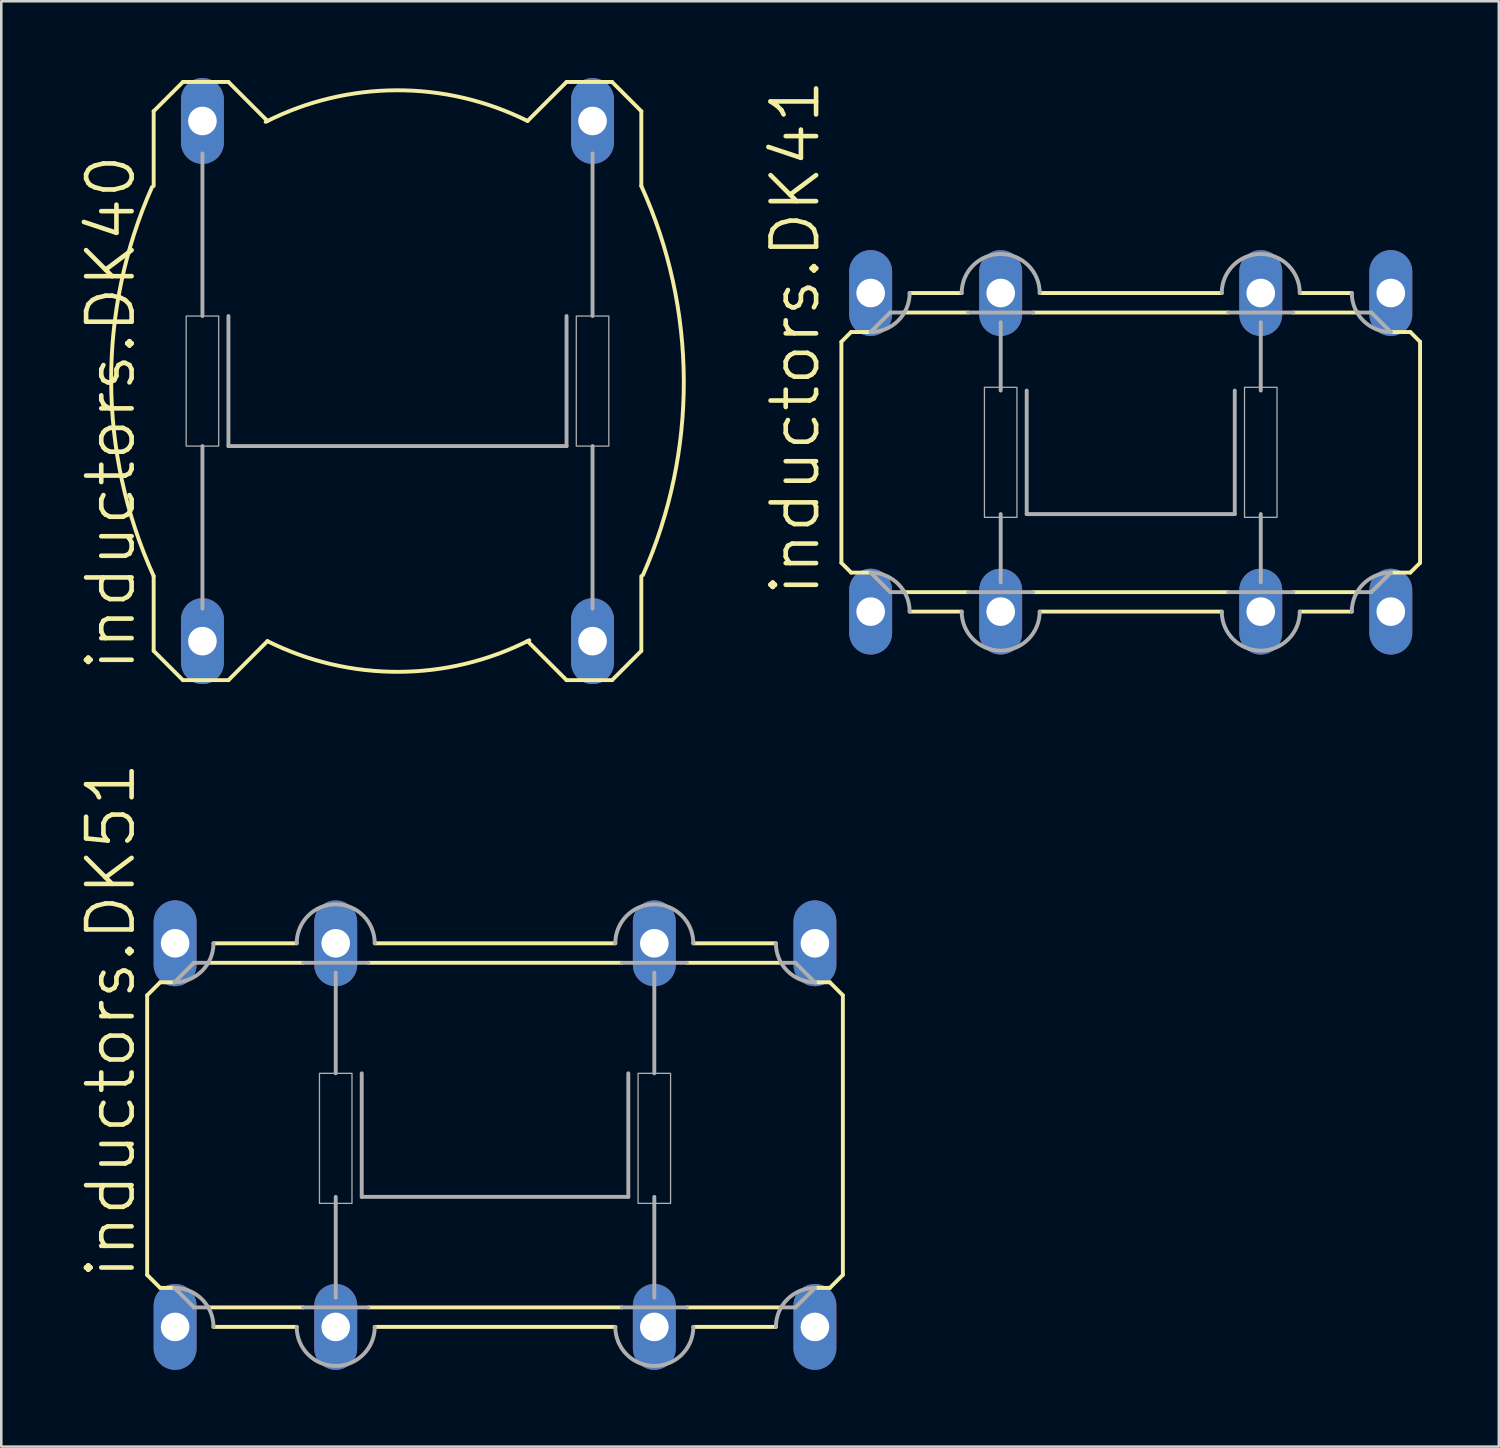
<source format=kicad_pcb>
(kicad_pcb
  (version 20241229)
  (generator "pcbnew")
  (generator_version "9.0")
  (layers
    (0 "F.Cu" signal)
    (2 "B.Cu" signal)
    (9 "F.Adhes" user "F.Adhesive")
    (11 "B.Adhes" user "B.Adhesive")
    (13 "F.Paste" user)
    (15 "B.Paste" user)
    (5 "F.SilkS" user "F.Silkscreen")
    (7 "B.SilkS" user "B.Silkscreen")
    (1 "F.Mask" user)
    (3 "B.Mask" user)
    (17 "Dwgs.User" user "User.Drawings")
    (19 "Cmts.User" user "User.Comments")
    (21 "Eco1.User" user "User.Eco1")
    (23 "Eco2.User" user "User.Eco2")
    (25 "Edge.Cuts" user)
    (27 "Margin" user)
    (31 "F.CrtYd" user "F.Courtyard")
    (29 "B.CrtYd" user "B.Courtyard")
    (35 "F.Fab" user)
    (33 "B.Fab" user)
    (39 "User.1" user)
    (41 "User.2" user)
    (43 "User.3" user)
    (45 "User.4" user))
  (footprint "inductors.DK40"
    (layer "F.Cu")
    (at 12.478 11.836)
    (property "Reference" "inductors.DK40" (at -10.16 11.43 90) (layer "F.SilkS") (effects (font (size 1.778 1.778) (thickness 0.18)) (justify left bottom)))
    (attr through_hole)
    (fp_line (start -9.525 -10.541) (end -9.525 -7.62) (stroke (width 0.152) (type default)) (layer "F.SilkS"))
    (fp_line (start -9.525 -10.541) (end -8.382 -11.684) (stroke (width 0.152) (type default)) (layer "F.SilkS"))
    (fp_line (start -9.525 7.62) (end -9.525 10.541) (stroke (width 0.152) (type default)) (layer "F.SilkS"))
    (fp_line (start -8.382 11.684) (end -9.525 10.541) (stroke (width 0.152) (type default)) (layer "F.SilkS"))
    (fp_line (start -6.604 -11.684) (end -8.382 -11.684) (stroke (width 0.152) (type default)) (layer "F.SilkS"))
    (fp_line (start -6.604 11.684) (end -8.382 11.684) (stroke (width 0.152) (type default)) (layer "F.SilkS"))
    (fp_line (start -5.08 -10.16) (end -6.604 -11.684) (stroke (width 0.152) (type default)) (layer "F.SilkS"))
    (fp_line (start -5.08 10.16) (end -6.604 11.684) (stroke (width 0.152) (type default)) (layer "F.SilkS"))
    (fp_line (start 5.08 10.16) (end 6.604 11.684) (stroke (width 0.152) (type default)) (layer "F.SilkS"))
    (fp_line (start 6.604 -11.684) (end 5.08 -10.16) (stroke (width 0.152) (type default)) (layer "F.SilkS"))
    (fp_line (start 6.604 -11.684) (end 8.382 -11.684) (stroke (width 0.152) (type default)) (layer "F.SilkS"))
    (fp_line (start 8.382 11.684) (end 6.604 11.684) (stroke (width 0.152) (type default)) (layer "F.SilkS"))
    (fp_line (start 9.525 -10.541) (end 8.382 -11.684) (stroke (width 0.152) (type default)) (layer "F.SilkS"))
    (fp_line (start 9.525 -10.541) (end 9.525 -7.62) (stroke (width 0.152) (type default)) (layer "F.SilkS"))
    (fp_line (start 9.525 7.62) (end 9.525 10.541) (stroke (width 0.152) (type default)) (layer "F.SilkS"))
    (fp_line (start 9.525 10.541) (end 8.382 11.684) (stroke (width 0.152) (type default)) (layer "F.SilkS"))
    (fp_arc (start -9.525 7.62) (mid -11.185032 0.028179) (end -9.5897 -7.5775) (stroke (width 0.1524) (type default)) (layer "F.SilkS"))
    (fp_arc (start -5.1485 -10.1254) (mid -0.038365 -11.359134) (end 5.08 -10.16) (stroke (width 0.1524) (type default)) (layer "F.SilkS"))
    (fp_arc (start 5.1485 10.1254) (mid 0.038365 11.359134) (end -5.08 10.16) (stroke (width 0.1524) (type default)) (layer "F.SilkS"))
    (fp_arc (start 9.525 -7.62) (mid 11.185032 -0.028179) (end 9.5897 7.5775) (stroke (width 0.1524) (type default)) (layer "F.SilkS"))
    (fp_line (start -7.62 -8.89) (end -7.62 -2.54) (stroke (width 0.152) (type default)) (layer "F.Fab"))
    (fp_line (start -7.62 2.54) (end -7.62 8.89) (stroke (width 0.152) (type default)) (layer "F.Fab"))
    (fp_line (start -6.604 2.54) (end -6.604 -2.54) (stroke (width 0.152) (type default)) (layer "F.Fab"))
    (fp_line (start -6.604 2.54) (end 6.604 2.54) (stroke (width 0.152) (type default)) (layer "F.Fab"))
    (fp_line (start 6.604 2.54) (end 6.604 -2.54) (stroke (width 0.152) (type default)) (layer "F.Fab"))
    (fp_line (start 7.62 -8.89) (end 7.62 -2.54) (stroke (width 0.152) (type default)) (layer "F.Fab"))
    (fp_line (start 7.62 2.54) (end 7.62 8.89) (stroke (width 0.152) (type default)) (layer "F.Fab"))
    (fp_rect (start -8.255 2.54) (end -6.985 -2.54) (stroke (width 0.05) (type default)) (fill no) (layer "F.Fab"))
    (fp_rect (start 6.985 2.54) (end 8.255 -2.54) (stroke (width 0.05) (type default)) (fill no) (layer "F.Fab"))
    (pad "1" thru_hole oval (at -7.62 10.16 90) (size 3.353 1.676) (drill 1.118) (layers "*.Cu" "*.Mask"))
    (pad "2" thru_hole oval (at -7.62 -10.16 90) (size 3.353 1.676) (drill 1.118) (layers "*.Cu" "*.Mask"))
    (pad "3" thru_hole oval (at 7.62 10.16 90) (size 3.353 1.676) (drill 1.118) (layers "*.Cu" "*.Mask"))
    (pad "4" thru_hole oval (at 7.62 -10.16 90) (size 3.353 1.676) (drill 1.118) (layers "*.Cu" "*.Mask")))
  (footprint "inductors.DK51"
    (layer "F.Cu")
    (at 16.288 41.293)
    (property "Reference" "inductors.DK51" (at -13.97 5.715 90) (layer "F.SilkS") (effects (font (size 1.778 1.778) (thickness 0.18)) (justify left bottom)))
    (attr through_hole)
    (fp_line (start -13.589 -5.461) (end -13.589 5.461) (stroke (width 0.152) (type default)) (layer "F.SilkS"))
    (fp_line (start -13.081 -5.969) (end -13.589 -5.461) (stroke (width 0.152) (type default)) (layer "F.SilkS"))
    (fp_line (start -13.081 -5.969) (end -12.522 -5.969) (stroke (width 0.152) (type default)) (layer "F.SilkS"))
    (fp_line (start -13.081 5.969) (end -13.589 5.461) (stroke (width 0.152) (type default)) (layer "F.SilkS"))
    (fp_line (start -13.081 5.969) (end -12.522 5.969) (stroke (width 0.152) (type default)) (layer "F.SilkS"))
    (fp_line (start -11.176 -6.731) (end -7.493 -6.731) (stroke (width 0.152) (type default)) (layer "F.SilkS"))
    (fp_line (start -11.176 6.731) (end -7.493 6.731) (stroke (width 0.152) (type default)) (layer "F.SilkS"))
    (fp_line (start -7.747 -7.493) (end -10.998 -7.493) (stroke (width 0.152) (type default)) (layer "F.SilkS"))
    (fp_line (start -7.747 7.493) (end -10.998 7.493) (stroke (width 0.152) (type default)) (layer "F.SilkS"))
    (fp_line (start 4.699 -7.493) (end -4.699 -7.493) (stroke (width 0.152) (type default)) (layer "F.SilkS"))
    (fp_line (start 4.699 7.493) (end -4.699 7.493) (stroke (width 0.152) (type default)) (layer "F.SilkS"))
    (fp_line (start 4.953 -6.731) (end -4.953 -6.731) (stroke (width 0.152) (type default)) (layer "F.SilkS"))
    (fp_line (start 4.953 6.731) (end -4.953 6.731) (stroke (width 0.152) (type default)) (layer "F.SilkS"))
    (fp_line (start 10.973 -7.493) (end 7.747 -7.493) (stroke (width 0.152) (type default)) (layer "F.SilkS"))
    (fp_line (start 10.973 7.493) (end 7.747 7.493) (stroke (width 0.152) (type default)) (layer "F.SilkS"))
    (fp_line (start 11.176 -6.731) (end 7.493 -6.731) (stroke (width 0.152) (type default)) (layer "F.SilkS"))
    (fp_line (start 11.176 6.731) (end 7.493 6.731) (stroke (width 0.152) (type default)) (layer "F.SilkS"))
    (fp_line (start 13.081 -5.969) (end 12.497 -5.969) (stroke (width 0.152) (type default)) (layer "F.SilkS"))
    (fp_line (start 13.081 -5.969) (end 13.589 -5.461) (stroke (width 0.152) (type default)) (layer "F.SilkS"))
    (fp_line (start 13.081 5.969) (end 12.497 5.969) (stroke (width 0.152) (type default)) (layer "F.SilkS"))
    (fp_line (start 13.081 5.969) (end 13.589 5.461) (stroke (width 0.152) (type default)) (layer "F.SilkS"))
    (fp_line (start 13.589 -5.461) (end 13.589 5.461) (stroke (width 0.152) (type default)) (layer "F.SilkS"))
    (fp_line (start -11.76 -6.731) (end -12.522 -5.969) (stroke (width 0.152) (type default)) (layer "F.Fab"))
    (fp_line (start -11.76 -6.731) (end -11.176 -6.731) (stroke (width 0.152) (type default)) (layer "F.Fab"))
    (fp_line (start -11.76 6.731) (end -12.522 5.969) (stroke (width 0.152) (type default)) (layer "F.Fab"))
    (fp_line (start -11.76 6.731) (end -11.176 6.731) (stroke (width 0.152) (type default)) (layer "F.Fab"))
    (fp_line (start -7.493 -6.731) (end -4.953 -6.731) (stroke (width 0.152) (type default)) (layer "F.Fab"))
    (fp_line (start -7.493 6.731) (end -4.953 6.731) (stroke (width 0.152) (type default)) (layer "F.Fab"))
    (fp_line (start -6.223 -6.35) (end -6.223 -2.413) (stroke (width 0.152) (type default)) (layer "F.Fab"))
    (fp_line (start -6.223 2.413) (end -6.223 6.35) (stroke (width 0.152) (type default)) (layer "F.Fab"))
    (fp_line (start -5.207 2.413) (end -5.207 -2.413) (stroke (width 0.152) (type default)) (layer "F.Fab"))
    (fp_line (start -5.207 2.413) (end 5.207 2.413) (stroke (width 0.152) (type default)) (layer "F.Fab"))
    (fp_line (start 4.953 -6.731) (end 7.493 -6.731) (stroke (width 0.152) (type default)) (layer "F.Fab"))
    (fp_line (start 4.953 6.731) (end 7.493 6.731) (stroke (width 0.152) (type default)) (layer "F.Fab"))
    (fp_line (start 5.207 2.413) (end 5.207 -2.413) (stroke (width 0.152) (type default)) (layer "F.Fab"))
    (fp_line (start 6.223 -6.35) (end 6.223 -2.413) (stroke (width 0.152) (type default)) (layer "F.Fab"))
    (fp_line (start 6.223 2.413) (end 6.223 6.35) (stroke (width 0.152) (type default)) (layer "F.Fab"))
    (fp_line (start 11.176 6.731) (end 11.735 6.731) (stroke (width 0.152) (type default)) (layer "F.Fab"))
    (fp_line (start 11.735 -6.731) (end 11.176 -6.731) (stroke (width 0.152) (type default)) (layer "F.Fab"))
    (fp_line (start 11.735 -6.731) (end 12.497 -5.969) (stroke (width 0.152) (type default)) (layer "F.Fab"))
    (fp_line (start 11.735 6.731) (end 12.497 5.969) (stroke (width 0.152) (type default)) (layer "F.Fab"))
    (fp_rect (start -6.858 2.667) (end -5.588 -2.413) (stroke (width 0.05) (type default)) (fill no) (layer "F.Fab"))
    (fp_rect (start 5.588 2.667) (end 6.858 -2.413) (stroke (width 0.05) (type default)) (fill no) (layer "F.Fab"))
    (fp_arc (start -12.5222 5.969) (mid -11.444569 6.415369) (end -10.9982 7.493) (stroke (width 0.1524) (type default)) (layer "F.Fab"))
    (fp_arc (start -10.9982 -7.493) (mid -11.444569 -6.415369) (end -12.5222 -5.969) (stroke (width 0.1524) (type default)) (layer "F.Fab"))
    (fp_arc (start -7.747 -7.493) (mid -6.223 -9.017) (end -4.699 -7.493) (stroke (width 0.1524) (type default)) (layer "F.Fab"))
    (fp_arc (start -4.699 7.493) (mid -6.223 9.017) (end -7.747 7.493) (stroke (width 0.1524) (type default)) (layer "F.Fab"))
    (fp_arc (start 4.699 -7.493) (mid 6.223 -9.017) (end 7.747 -7.493) (stroke (width 0.1524) (type default)) (layer "F.Fab"))
    (fp_arc (start 7.747 7.493) (mid 6.223 9.017) (end 4.699 7.493) (stroke (width 0.1524) (type default)) (layer "F.Fab"))
    (fp_arc (start 10.9728 7.493) (mid 11.419169 6.415369) (end 12.4968 5.969) (stroke (width 0.1524) (type default)) (layer "F.Fab"))
    (fp_arc (start 12.4968 -5.969) (mid 11.419169 -6.415369) (end 10.9728 -7.493) (stroke (width 0.1524) (type default)) (layer "F.Fab"))
    (pad "1" thru_hole oval (at -6.223 7.493 90) (size 3.353 1.676) (drill 1.118) (layers "*.Cu" "*.Mask"))
    (pad "2" thru_hole oval (at -6.223 -7.493 90) (size 3.353 1.676) (drill 1.118) (layers "*.Cu" "*.Mask"))
    (pad "3" thru_hole oval (at 6.223 7.493 90) (size 3.353 1.676) (drill 1.118) (layers "*.Cu" "*.Mask"))
    (pad "4" thru_hole oval (at 6.223 -7.493 90) (size 3.353 1.676) (drill 1.118) (layers "*.Cu" "*.Mask"))
    (pad "5" thru_hole oval (at -12.497 7.493 90) (size 3.353 1.676) (drill 1.118) (layers "*.Cu" "*.Mask"))
    (pad "6" thru_hole oval (at -12.497 -7.493 90) (size 3.353 1.676) (drill 1.118) (layers "*.Cu" "*.Mask"))
    (pad "7" thru_hole oval (at 12.497 7.493 90) (size 3.353 1.676) (drill 1.118) (layers "*.Cu" "*.Mask"))
    (pad "8" thru_hole oval (at 12.497 -7.493 90) (size 3.353 1.676) (drill 1.118) (layers "*.Cu" "*.Mask")))
  (footprint "inductors.DK41"
    (layer "F.Cu")
    (at 41.122 14.62)
    (property "Reference" "inductors.DK41" (at -12.065 5.715 90) (layer "F.SilkS") (effects (font (size 1.778 1.778) (thickness 0.18)) (justify left bottom)))
    (attr through_hole)
    (fp_line (start -11.303 4.318) (end -11.303 -4.318) (stroke (width 0.152) (type default)) (layer "F.SilkS"))
    (fp_line (start -11.303 4.318) (end -10.922 4.699) (stroke (width 0.152) (type default)) (layer "F.SilkS"))
    (fp_line (start -10.922 -4.699) (end -11.303 -4.318) (stroke (width 0.152) (type default)) (layer "F.SilkS"))
    (fp_line (start -10.922 -4.699) (end -10.16 -4.699) (stroke (width 0.152) (type default)) (layer "F.SilkS"))
    (fp_line (start -10.922 4.699) (end -10.16 4.699) (stroke (width 0.152) (type default)) (layer "F.SilkS"))
    (fp_line (start -6.604 -6.223) (end -8.636 -6.223) (stroke (width 0.152) (type default)) (layer "F.SilkS"))
    (fp_line (start -6.604 6.223) (end -8.636 6.223) (stroke (width 0.152) (type default)) (layer "F.SilkS"))
    (fp_line (start -6.35 -5.461) (end -8.89 -5.461) (stroke (width 0.152) (type default)) (layer "F.SilkS"))
    (fp_line (start -6.35 5.461) (end -8.89 5.461) (stroke (width 0.152) (type default)) (layer "F.SilkS"))
    (fp_line (start 3.556 -6.223) (end -3.556 -6.223) (stroke (width 0.152) (type default)) (layer "F.SilkS"))
    (fp_line (start 3.556 6.223) (end -3.556 6.223) (stroke (width 0.152) (type default)) (layer "F.SilkS"))
    (fp_line (start 3.81 -5.461) (end -3.81 -5.461) (stroke (width 0.152) (type default)) (layer "F.SilkS"))
    (fp_line (start 3.81 5.461) (end -3.81 5.461) (stroke (width 0.152) (type default)) (layer "F.SilkS"))
    (fp_line (start 8.636 -6.223) (end 6.604 -6.223) (stroke (width 0.152) (type default)) (layer "F.SilkS"))
    (fp_line (start 8.636 6.223) (end 6.604 6.223) (stroke (width 0.152) (type default)) (layer "F.SilkS"))
    (fp_line (start 8.89 -5.461) (end 6.35 -5.461) (stroke (width 0.152) (type default)) (layer "F.SilkS"))
    (fp_line (start 8.89 5.461) (end 6.35 5.461) (stroke (width 0.152) (type default)) (layer "F.SilkS"))
    (fp_line (start 10.922 -4.699) (end 10.16 -4.699) (stroke (width 0.152) (type default)) (layer "F.SilkS"))
    (fp_line (start 10.922 -4.699) (end 11.303 -4.318) (stroke (width 0.152) (type default)) (layer "F.SilkS"))
    (fp_line (start 10.922 4.699) (end 10.16 4.699) (stroke (width 0.152) (type default)) (layer "F.SilkS"))
    (fp_line (start 11.303 -4.318) (end 11.303 4.318) (stroke (width 0.152) (type default)) (layer "F.SilkS"))
    (fp_line (start 11.303 4.318) (end 10.922 4.699) (stroke (width 0.152) (type default)) (layer "F.SilkS"))
    (fp_line (start -10.16 -4.699) (end -9.398 -5.461) (stroke (width 0.152) (type default)) (layer "F.Fab"))
    (fp_line (start -10.16 4.699) (end -9.398 5.461) (stroke (width 0.152) (type default)) (layer "F.Fab"))
    (fp_line (start -9.398 -5.461) (end -8.89 -5.461) (stroke (width 0.152) (type default)) (layer "F.Fab"))
    (fp_line (start -9.398 5.461) (end -8.89 5.461) (stroke (width 0.152) (type default)) (layer "F.Fab"))
    (fp_line (start -6.35 -5.461) (end -3.81 -5.461) (stroke (width 0.152) (type default)) (layer "F.Fab"))
    (fp_line (start -6.35 5.461) (end -3.81 5.461) (stroke (width 0.152) (type default)) (layer "F.Fab"))
    (fp_line (start -5.08 -5.08) (end -5.08 -2.413) (stroke (width 0.152) (type default)) (layer "F.Fab"))
    (fp_line (start -5.08 2.413) (end -5.08 5.08) (stroke (width 0.152) (type default)) (layer "F.Fab"))
    (fp_line (start -4.064 2.413) (end -4.064 -2.413) (stroke (width 0.152) (type default)) (layer "F.Fab"))
    (fp_line (start -4.064 2.413) (end 4.064 2.413) (stroke (width 0.152) (type default)) (layer "F.Fab"))
    (fp_line (start 3.81 -5.461) (end 6.35 -5.461) (stroke (width 0.152) (type default)) (layer "F.Fab"))
    (fp_line (start 3.81 5.461) (end 6.35 5.461) (stroke (width 0.152) (type default)) (layer "F.Fab"))
    (fp_line (start 4.064 2.413) (end 4.064 -2.413) (stroke (width 0.152) (type default)) (layer "F.Fab"))
    (fp_line (start 5.08 -5.08) (end 5.08 -2.413) (stroke (width 0.152) (type default)) (layer "F.Fab"))
    (fp_line (start 5.08 2.413) (end 5.08 5.08) (stroke (width 0.152) (type default)) (layer "F.Fab"))
    (fp_line (start 9.398 -5.461) (end 8.89 -5.461) (stroke (width 0.152) (type default)) (layer "F.Fab"))
    (fp_line (start 9.398 5.461) (end 8.89 5.461) (stroke (width 0.152) (type default)) (layer "F.Fab"))
    (fp_line (start 10.16 -4.699) (end 9.398 -5.461) (stroke (width 0.152) (type default)) (layer "F.Fab"))
    (fp_line (start 10.16 4.699) (end 9.398 5.461) (stroke (width 0.152) (type default)) (layer "F.Fab"))
    (fp_rect (start -5.715 2.54) (end -4.445 -2.54) (stroke (width 0.05) (type default)) (fill no) (layer "F.Fab"))
    (fp_rect (start 4.445 2.54) (end 5.715 -2.54) (stroke (width 0.05) (type default)) (fill no) (layer "F.Fab"))
    (fp_arc (start -10.16 4.699) (mid -9.082369 5.145369) (end -8.636 6.223) (stroke (width 0.1524) (type default)) (layer "F.Fab"))
    (fp_arc (start -8.636 -6.223) (mid -9.082369 -5.145369) (end -10.16 -4.699) (stroke (width 0.1524) (type default)) (layer "F.Fab"))
    (fp_arc (start -6.604 -6.223) (mid -5.08 -7.747) (end -3.556 -6.223) (stroke (width 0.1524) (type default)) (layer "F.Fab"))
    (fp_arc (start -3.556 6.223) (mid -5.08 7.747) (end -6.604 6.223) (stroke (width 0.1524) (type default)) (layer "F.Fab"))
    (fp_arc (start 3.556 -6.223) (mid 5.08 -7.747) (end 6.604 -6.223) (stroke (width 0.1524) (type default)) (layer "F.Fab"))
    (fp_arc (start 6.604 6.223) (mid 5.08 7.747) (end 3.556 6.223) (stroke (width 0.1524) (type default)) (layer "F.Fab"))
    (fp_arc (start 8.636 6.223) (mid 9.082369 5.145369) (end 10.16 4.699) (stroke (width 0.1524) (type default)) (layer "F.Fab"))
    (fp_arc (start 10.16 -4.699) (mid 9.082369 -5.145369) (end 8.636 -6.223) (stroke (width 0.1524) (type default)) (layer "F.Fab"))
    (pad "1" thru_hole oval (at -5.08 6.223 90) (size 3.353 1.676) (drill 1.118) (layers "*.Cu" "*.Mask"))
    (pad "2" thru_hole oval (at -5.08 -6.223 90) (size 3.353 1.676) (drill 1.118) (layers "*.Cu" "*.Mask"))
    (pad "3" thru_hole oval (at 5.08 6.223 90) (size 3.353 1.676) (drill 1.118) (layers "*.Cu" "*.Mask"))
    (pad "4" thru_hole oval (at 5.08 -6.223 90) (size 3.353 1.676) (drill 1.118) (layers "*.Cu" "*.Mask"))
    (pad "5" thru_hole oval (at -10.16 6.223 90) (size 3.353 1.676) (drill 1.118) (layers "*.Cu" "*.Mask"))
    (pad "6" thru_hole oval (at -10.16 -6.223 90) (size 3.353 1.676) (drill 1.118) (layers "*.Cu" "*.Mask"))
    (pad "7" thru_hole oval (at 10.16 6.223 90) (size 3.353 1.676) (drill 1.118) (layers "*.Cu" "*.Mask"))
    (pad "8" thru_hole oval (at 10.16 -6.223 90) (size 3.353 1.676) (drill 1.118) (layers "*.Cu" "*.Mask")))
  (gr_rect
    (start -3 -3)
    (end 55.502 53.462)
    (stroke (width 0.1) (type default))
    (fill no)
    (layer "Edge.Cuts")))
</source>
